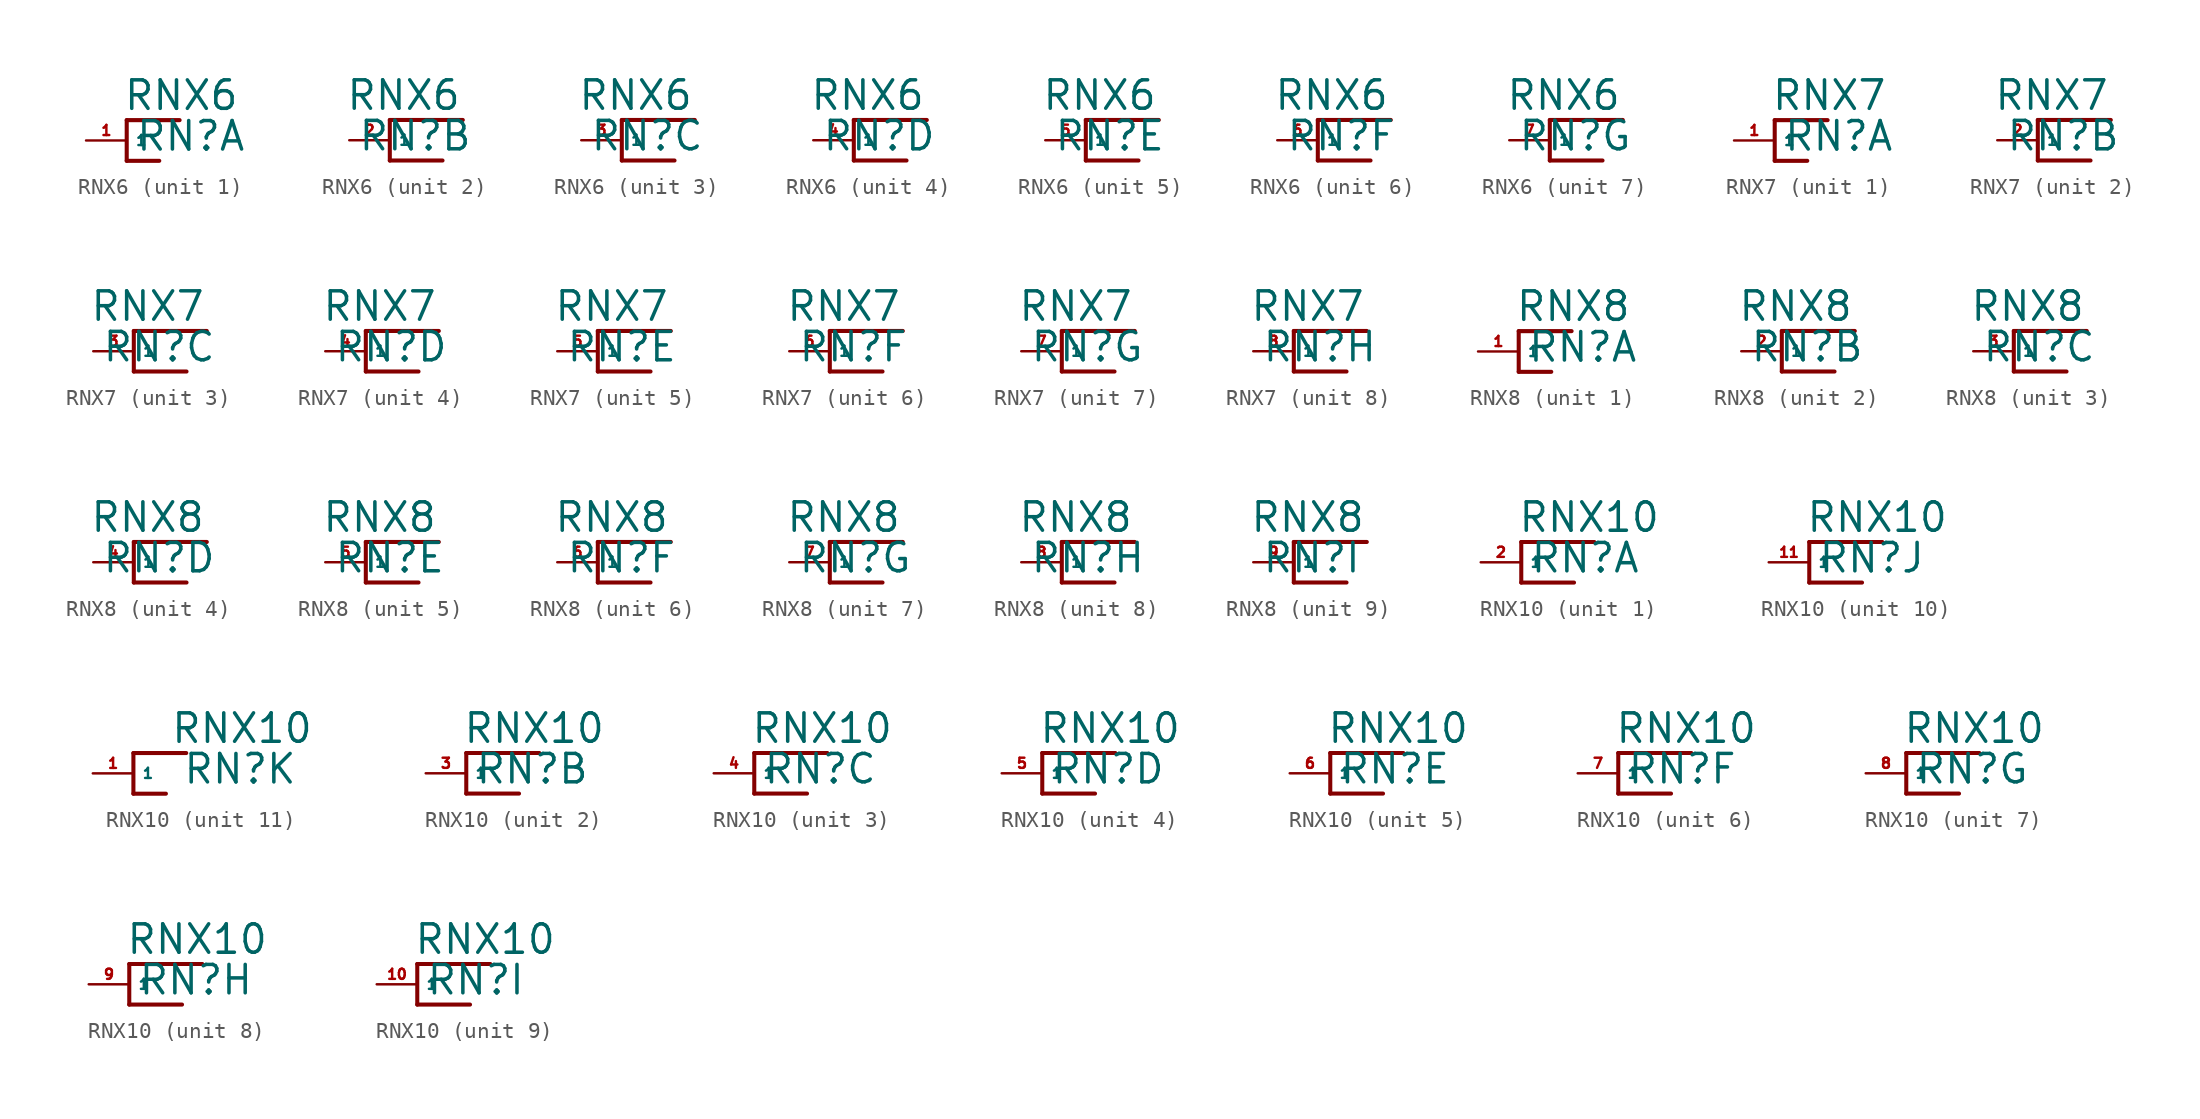
<source format=kicad_sym>
(kicad_symbol_lib
  (version 20220914)
  (generator Eagle2Kicad)
  (symbol "RNX6"
    (property "Reference" "RN"
      (at -2.032 -0.762 0)
      (effects (font (size 1.778 1.778) (thickness 0.22)) (justify left bottom)))
    (property "Value" "RNX6"
      (at -2.794 1.778 0)
      (effects (font (size 1.778 1.778) (thickness 0.22)) (justify left bottom)))
    (symbol "RNX6_1_0"
      (polyline (pts (xy -2.54 1.27) (xy -2.54 -1.27)) (stroke (width 0.254) (type default)) (fill (type none)))
      (polyline (pts (xy -2.54 -1.27) (xy -0.508 -1.27)) (stroke (width 0.254) (type default)) (fill (type none)))
      (polyline (pts (xy 0.762 1.27) (xy -2.54 1.27)) (stroke (width 0.254) (type default)) (fill (type none)))
      (pin passive line (at -5.08 0 0) (length 2.54) (name "1" (effects (font (size 0.635 0.635) (thickness 0.08)) (justify left bottom))) (number "1" (effects (font (size 0.635 0.635) (thickness 0.08)) (justify left bottom)))))
    (symbol "RNX6_2_0"
      (polyline (pts (xy 0 1.27) (xy 0 -1.27)) (stroke (width 0.254) (type default)) (fill (type none)))
      (polyline (pts (xy 0 -1.27) (xy 3.302 -1.27)) (stroke (width 0.254) (type default)) (fill (type none)))
      (polyline (pts (xy 4.572 1.27) (xy 0 1.27)) (stroke (width 0.254) (type default)) (fill (type none)))
      (pin passive line (at -2.54 0 0) (length 2.54) (name "1" (effects (font (size 0.635 0.635) (thickness 0.08)) (justify left bottom))) (number "2" (effects (font (size 0.635 0.635) (thickness 0.08)) (justify left bottom)))))
    (symbol "RNX6_3_0"
      (polyline (pts (xy 0 1.27) (xy 0 -1.27)) (stroke (width 0.254) (type default)) (fill (type none)))
      (polyline (pts (xy 0 -1.27) (xy 3.302 -1.27)) (stroke (width 0.254) (type default)) (fill (type none)))
      (polyline (pts (xy 4.572 1.27) (xy 0 1.27)) (stroke (width 0.254) (type default)) (fill (type none)))
      (pin passive line (at -2.54 0 0) (length 2.54) (name "1" (effects (font (size 0.635 0.635) (thickness 0.08)) (justify left bottom))) (number "3" (effects (font (size 0.635 0.635) (thickness 0.08)) (justify left bottom)))))
    (symbol "RNX6_4_0"
      (polyline (pts (xy 0 1.27) (xy 0 -1.27)) (stroke (width 0.254) (type default)) (fill (type none)))
      (polyline (pts (xy 0 -1.27) (xy 3.302 -1.27)) (stroke (width 0.254) (type default)) (fill (type none)))
      (polyline (pts (xy 4.572 1.27) (xy 0 1.27)) (stroke (width 0.254) (type default)) (fill (type none)))
      (pin passive line (at -2.54 0 0) (length 2.54) (name "1" (effects (font (size 0.635 0.635) (thickness 0.08)) (justify left bottom))) (number "4" (effects (font (size 0.635 0.635) (thickness 0.08)) (justify left bottom)))))
    (symbol "RNX6_5_0"
      (polyline (pts (xy 0 1.27) (xy 0 -1.27)) (stroke (width 0.254) (type default)) (fill (type none)))
      (polyline (pts (xy 0 -1.27) (xy 3.302 -1.27)) (stroke (width 0.254) (type default)) (fill (type none)))
      (polyline (pts (xy 4.572 1.27) (xy 0 1.27)) (stroke (width 0.254) (type default)) (fill (type none)))
      (pin passive line (at -2.54 0 0) (length 2.54) (name "1" (effects (font (size 0.635 0.635) (thickness 0.08)) (justify left bottom))) (number "5" (effects (font (size 0.635 0.635) (thickness 0.08)) (justify left bottom)))))
    (symbol "RNX6_6_0"
      (polyline (pts (xy 0 1.27) (xy 0 -1.27)) (stroke (width 0.254) (type default)) (fill (type none)))
      (polyline (pts (xy 0 -1.27) (xy 3.302 -1.27)) (stroke (width 0.254) (type default)) (fill (type none)))
      (polyline (pts (xy 4.572 1.27) (xy 0 1.27)) (stroke (width 0.254) (type default)) (fill (type none)))
      (pin passive line (at -2.54 0 0) (length 2.54) (name "1" (effects (font (size 0.635 0.635) (thickness 0.08)) (justify left bottom))) (number "6" (effects (font (size 0.635 0.635) (thickness 0.08)) (justify left bottom)))))
    (symbol "RNX6_7_0"
      (polyline (pts (xy 0 1.27) (xy 0 -1.27)) (stroke (width 0.254) (type default)) (fill (type none)))
      (polyline (pts (xy 0 -1.27) (xy 3.302 -1.27)) (stroke (width 0.254) (type default)) (fill (type none)))
      (polyline (pts (xy 4.572 1.27) (xy 0 1.27)) (stroke (width 0.254) (type default)) (fill (type none)))
      (pin passive line (at -2.54 0 0) (length 2.54) (name "1" (effects (font (size 0.635 0.635) (thickness 0.08)) (justify left bottom))) (number "7" (effects (font (size 0.635 0.635) (thickness 0.08)) (justify left bottom))))))
  (symbol "RNX7"
    (property "Reference" "RN"
      (at -2.032 -0.762 0)
      (effects (font (size 1.778 1.778) (thickness 0.22)) (justify left bottom)))
    (property "Value" "RNX7"
      (at -2.794 1.778 0)
      (effects (font (size 1.778 1.778) (thickness 0.22)) (justify left bottom)))
    (symbol "RNX7_1_0"
      (polyline (pts (xy -2.54 1.27) (xy -2.54 -1.27)) (stroke (width 0.254) (type default)) (fill (type none)))
      (polyline (pts (xy -2.54 -1.27) (xy -0.508 -1.27)) (stroke (width 0.254) (type default)) (fill (type none)))
      (polyline (pts (xy 0.762 1.27) (xy -2.54 1.27)) (stroke (width 0.254) (type default)) (fill (type none)))
      (pin passive line (at -5.08 0 0) (length 2.54) (name "1" (effects (font (size 0.635 0.635) (thickness 0.08)) (justify left bottom))) (number "1" (effects (font (size 0.635 0.635) (thickness 0.08)) (justify left bottom)))))
    (symbol "RNX7_2_0"
      (polyline (pts (xy 0 1.27) (xy 0 -1.27)) (stroke (width 0.254) (type default)) (fill (type none)))
      (polyline (pts (xy 0 -1.27) (xy 3.302 -1.27)) (stroke (width 0.254) (type default)) (fill (type none)))
      (polyline (pts (xy 4.572 1.27) (xy 0 1.27)) (stroke (width 0.254) (type default)) (fill (type none)))
      (pin passive line (at -2.54 0 0) (length 2.54) (name "1" (effects (font (size 0.635 0.635) (thickness 0.08)) (justify left bottom))) (number "2" (effects (font (size 0.635 0.635) (thickness 0.08)) (justify left bottom)))))
    (symbol "RNX7_3_0"
      (polyline (pts (xy 0 1.27) (xy 0 -1.27)) (stroke (width 0.254) (type default)) (fill (type none)))
      (polyline (pts (xy 0 -1.27) (xy 3.302 -1.27)) (stroke (width 0.254) (type default)) (fill (type none)))
      (polyline (pts (xy 4.572 1.27) (xy 0 1.27)) (stroke (width 0.254) (type default)) (fill (type none)))
      (pin passive line (at -2.54 0 0) (length 2.54) (name "1" (effects (font (size 0.635 0.635) (thickness 0.08)) (justify left bottom))) (number "3" (effects (font (size 0.635 0.635) (thickness 0.08)) (justify left bottom)))))
    (symbol "RNX7_4_0"
      (polyline (pts (xy 0 1.27) (xy 0 -1.27)) (stroke (width 0.254) (type default)) (fill (type none)))
      (polyline (pts (xy 0 -1.27) (xy 3.302 -1.27)) (stroke (width 0.254) (type default)) (fill (type none)))
      (polyline (pts (xy 4.572 1.27) (xy 0 1.27)) (stroke (width 0.254) (type default)) (fill (type none)))
      (pin passive line (at -2.54 0 0) (length 2.54) (name "1" (effects (font (size 0.635 0.635) (thickness 0.08)) (justify left bottom))) (number "4" (effects (font (size 0.635 0.635) (thickness 0.08)) (justify left bottom)))))
    (symbol "RNX7_5_0"
      (polyline (pts (xy 0 1.27) (xy 0 -1.27)) (stroke (width 0.254) (type default)) (fill (type none)))
      (polyline (pts (xy 0 -1.27) (xy 3.302 -1.27)) (stroke (width 0.254) (type default)) (fill (type none)))
      (polyline (pts (xy 4.572 1.27) (xy 0 1.27)) (stroke (width 0.254) (type default)) (fill (type none)))
      (pin passive line (at -2.54 0 0) (length 2.54) (name "1" (effects (font (size 0.635 0.635) (thickness 0.08)) (justify left bottom))) (number "5" (effects (font (size 0.635 0.635) (thickness 0.08)) (justify left bottom)))))
    (symbol "RNX7_6_0"
      (polyline (pts (xy 0 1.27) (xy 0 -1.27)) (stroke (width 0.254) (type default)) (fill (type none)))
      (polyline (pts (xy 0 -1.27) (xy 3.302 -1.27)) (stroke (width 0.254) (type default)) (fill (type none)))
      (polyline (pts (xy 4.572 1.27) (xy 0 1.27)) (stroke (width 0.254) (type default)) (fill (type none)))
      (pin passive line (at -2.54 0 0) (length 2.54) (name "1" (effects (font (size 0.635 0.635) (thickness 0.08)) (justify left bottom))) (number "6" (effects (font (size 0.635 0.635) (thickness 0.08)) (justify left bottom)))))
    (symbol "RNX7_7_0"
      (polyline (pts (xy 0 1.27) (xy 0 -1.27)) (stroke (width 0.254) (type default)) (fill (type none)))
      (polyline (pts (xy 0 -1.27) (xy 3.302 -1.27)) (stroke (width 0.254) (type default)) (fill (type none)))
      (polyline (pts (xy 4.572 1.27) (xy 0 1.27)) (stroke (width 0.254) (type default)) (fill (type none)))
      (pin passive line (at -2.54 0 0) (length 2.54) (name "1" (effects (font (size 0.635 0.635) (thickness 0.08)) (justify left bottom))) (number "7" (effects (font (size 0.635 0.635) (thickness 0.08)) (justify left bottom)))))
    (symbol "RNX7_8_0"
      (polyline (pts (xy 0 1.27) (xy 0 -1.27)) (stroke (width 0.254) (type default)) (fill (type none)))
      (polyline (pts (xy 0 -1.27) (xy 3.302 -1.27)) (stroke (width 0.254) (type default)) (fill (type none)))
      (polyline (pts (xy 4.572 1.27) (xy 0 1.27)) (stroke (width 0.254) (type default)) (fill (type none)))
      (pin passive line (at -2.54 0 0) (length 2.54) (name "1" (effects (font (size 0.635 0.635) (thickness 0.08)) (justify left bottom))) (number "8" (effects (font (size 0.635 0.635) (thickness 0.08)) (justify left bottom))))))
  (symbol "RNX8"
    (property "Reference" "RN"
      (at -2.032 -0.762 0)
      (effects (font (size 1.778 1.778) (thickness 0.22)) (justify left bottom)))
    (property "Value" "RNX8"
      (at -2.794 1.778 0)
      (effects (font (size 1.778 1.778) (thickness 0.22)) (justify left bottom)))
    (symbol "RNX8_1_0"
      (polyline (pts (xy -2.54 1.27) (xy -2.54 -1.27)) (stroke (width 0.254) (type default)) (fill (type none)))
      (polyline (pts (xy -2.54 -1.27) (xy -0.508 -1.27)) (stroke (width 0.254) (type default)) (fill (type none)))
      (polyline (pts (xy 0.762 1.27) (xy -2.54 1.27)) (stroke (width 0.254) (type default)) (fill (type none)))
      (pin passive line (at -5.08 0 0) (length 2.54) (name "1" (effects (font (size 0.635 0.635) (thickness 0.08)) (justify left bottom))) (number "1" (effects (font (size 0.635 0.635) (thickness 0.08)) (justify left bottom)))))
    (symbol "RNX8_2_0"
      (polyline (pts (xy 0 1.27) (xy 0 -1.27)) (stroke (width 0.254) (type default)) (fill (type none)))
      (polyline (pts (xy 0 -1.27) (xy 3.302 -1.27)) (stroke (width 0.254) (type default)) (fill (type none)))
      (polyline (pts (xy 4.572 1.27) (xy 0 1.27)) (stroke (width 0.254) (type default)) (fill (type none)))
      (pin passive line (at -2.54 0 0) (length 2.54) (name "1" (effects (font (size 0.635 0.635) (thickness 0.08)) (justify left bottom))) (number "2" (effects (font (size 0.635 0.635) (thickness 0.08)) (justify left bottom)))))
    (symbol "RNX8_3_0"
      (polyline (pts (xy 0 1.27) (xy 0 -1.27)) (stroke (width 0.254) (type default)) (fill (type none)))
      (polyline (pts (xy 0 -1.27) (xy 3.302 -1.27)) (stroke (width 0.254) (type default)) (fill (type none)))
      (polyline (pts (xy 4.572 1.27) (xy 0 1.27)) (stroke (width 0.254) (type default)) (fill (type none)))
      (pin passive line (at -2.54 0 0) (length 2.54) (name "1" (effects (font (size 0.635 0.635) (thickness 0.08)) (justify left bottom))) (number "3" (effects (font (size 0.635 0.635) (thickness 0.08)) (justify left bottom)))))
    (symbol "RNX8_4_0"
      (polyline (pts (xy 0 1.27) (xy 0 -1.27)) (stroke (width 0.254) (type default)) (fill (type none)))
      (polyline (pts (xy 0 -1.27) (xy 3.302 -1.27)) (stroke (width 0.254) (type default)) (fill (type none)))
      (polyline (pts (xy 4.572 1.27) (xy 0 1.27)) (stroke (width 0.254) (type default)) (fill (type none)))
      (pin passive line (at -2.54 0 0) (length 2.54) (name "1" (effects (font (size 0.635 0.635) (thickness 0.08)) (justify left bottom))) (number "4" (effects (font (size 0.635 0.635) (thickness 0.08)) (justify left bottom)))))
    (symbol "RNX8_5_0"
      (polyline (pts (xy 0 1.27) (xy 0 -1.27)) (stroke (width 0.254) (type default)) (fill (type none)))
      (polyline (pts (xy 0 -1.27) (xy 3.302 -1.27)) (stroke (width 0.254) (type default)) (fill (type none)))
      (polyline (pts (xy 4.572 1.27) (xy 0 1.27)) (stroke (width 0.254) (type default)) (fill (type none)))
      (pin passive line (at -2.54 0 0) (length 2.54) (name "1" (effects (font (size 0.635 0.635) (thickness 0.08)) (justify left bottom))) (number "5" (effects (font (size 0.635 0.635) (thickness 0.08)) (justify left bottom)))))
    (symbol "RNX8_6_0"
      (polyline (pts (xy 0 1.27) (xy 0 -1.27)) (stroke (width 0.254) (type default)) (fill (type none)))
      (polyline (pts (xy 0 -1.27) (xy 3.302 -1.27)) (stroke (width 0.254) (type default)) (fill (type none)))
      (polyline (pts (xy 4.572 1.27) (xy 0 1.27)) (stroke (width 0.254) (type default)) (fill (type none)))
      (pin passive line (at -2.54 0 0) (length 2.54) (name "1" (effects (font (size 0.635 0.635) (thickness 0.08)) (justify left bottom))) (number "6" (effects (font (size 0.635 0.635) (thickness 0.08)) (justify left bottom)))))
    (symbol "RNX8_7_0"
      (polyline (pts (xy 0 1.27) (xy 0 -1.27)) (stroke (width 0.254) (type default)) (fill (type none)))
      (polyline (pts (xy 0 -1.27) (xy 3.302 -1.27)) (stroke (width 0.254) (type default)) (fill (type none)))
      (polyline (pts (xy 4.572 1.27) (xy 0 1.27)) (stroke (width 0.254) (type default)) (fill (type none)))
      (pin passive line (at -2.54 0 0) (length 2.54) (name "1" (effects (font (size 0.635 0.635) (thickness 0.08)) (justify left bottom))) (number "7" (effects (font (size 0.635 0.635) (thickness 0.08)) (justify left bottom)))))
    (symbol "RNX8_8_0"
      (polyline (pts (xy 0 1.27) (xy 0 -1.27)) (stroke (width 0.254) (type default)) (fill (type none)))
      (polyline (pts (xy 0 -1.27) (xy 3.302 -1.27)) (stroke (width 0.254) (type default)) (fill (type none)))
      (polyline (pts (xy 4.572 1.27) (xy 0 1.27)) (stroke (width 0.254) (type default)) (fill (type none)))
      (pin passive line (at -2.54 0 0) (length 2.54) (name "1" (effects (font (size 0.635 0.635) (thickness 0.08)) (justify left bottom))) (number "8" (effects (font (size 0.635 0.635) (thickness 0.08)) (justify left bottom)))))
    (symbol "RNX8_9_0"
      (polyline (pts (xy 0 1.27) (xy 0 -1.27)) (stroke (width 0.254) (type default)) (fill (type none)))
      (polyline (pts (xy 0 -1.27) (xy 3.302 -1.27)) (stroke (width 0.254) (type default)) (fill (type none)))
      (polyline (pts (xy 4.572 1.27) (xy 0 1.27)) (stroke (width 0.254) (type default)) (fill (type none)))
      (pin passive line (at -2.54 0 0) (length 2.54) (name "1" (effects (font (size 0.635 0.635) (thickness 0.08)) (justify left bottom))) (number "9" (effects (font (size 0.635 0.635) (thickness 0.08)) (justify left bottom))))))
  (symbol "RNX10"
    (property "Reference" "RN"
      (at 0.508 -0.762 0)
      (effects (font (size 1.778 1.778) (thickness 0.22)) (justify left bottom)))
    (property "Value" "RNX10"
      (at -0.254 1.778 0)
      (effects (font (size 1.778 1.778) (thickness 0.22)) (justify left bottom)))
    (symbol "RNX10_1_0"
      (polyline (pts (xy 0 1.27) (xy 0 -1.27)) (stroke (width 0.254) (type default)) (fill (type none)))
      (polyline (pts (xy 0 -1.27) (xy 3.302 -1.27)) (stroke (width 0.254) (type default)) (fill (type none)))
      (polyline (pts (xy 4.572 1.27) (xy 0 1.27)) (stroke (width 0.254) (type default)) (fill (type none)))
      (pin passive line (at -2.54 0 0) (length 2.54) (name "1" (effects (font (size 0.635 0.635) (thickness 0.08)) (justify left bottom))) (number "2" (effects (font (size 0.635 0.635) (thickness 0.08)) (justify left bottom)))))
    (symbol "RNX10_2_0"
      (polyline (pts (xy 0 1.27) (xy 0 -1.27)) (stroke (width 0.254) (type default)) (fill (type none)))
      (polyline (pts (xy 0 -1.27) (xy 3.302 -1.27)) (stroke (width 0.254) (type default)) (fill (type none)))
      (polyline (pts (xy 4.572 1.27) (xy 0 1.27)) (stroke (width 0.254) (type default)) (fill (type none)))
      (pin passive line (at -2.54 0 0) (length 2.54) (name "1" (effects (font (size 0.635 0.635) (thickness 0.08)) (justify left bottom))) (number "3" (effects (font (size 0.635 0.635) (thickness 0.08)) (justify left bottom)))))
    (symbol "RNX10_3_0"
      (polyline (pts (xy 0 1.27) (xy 0 -1.27)) (stroke (width 0.254) (type default)) (fill (type none)))
      (polyline (pts (xy 0 -1.27) (xy 3.302 -1.27)) (stroke (width 0.254) (type default)) (fill (type none)))
      (polyline (pts (xy 4.572 1.27) (xy 0 1.27)) (stroke (width 0.254) (type default)) (fill (type none)))
      (pin passive line (at -2.54 0 0) (length 2.54) (name "1" (effects (font (size 0.635 0.635) (thickness 0.08)) (justify left bottom))) (number "4" (effects (font (size 0.635 0.635) (thickness 0.08)) (justify left bottom)))))
    (symbol "RNX10_4_0"
      (polyline (pts (xy 0 1.27) (xy 0 -1.27)) (stroke (width 0.254) (type default)) (fill (type none)))
      (polyline (pts (xy 0 -1.27) (xy 3.302 -1.27)) (stroke (width 0.254) (type default)) (fill (type none)))
      (polyline (pts (xy 4.572 1.27) (xy 0 1.27)) (stroke (width 0.254) (type default)) (fill (type none)))
      (pin passive line (at -2.54 0 0) (length 2.54) (name "1" (effects (font (size 0.635 0.635) (thickness 0.08)) (justify left bottom))) (number "5" (effects (font (size 0.635 0.635) (thickness 0.08)) (justify left bottom)))))
    (symbol "RNX10_5_0"
      (polyline (pts (xy 0 1.27) (xy 0 -1.27)) (stroke (width 0.254) (type default)) (fill (type none)))
      (polyline (pts (xy 0 -1.27) (xy 3.302 -1.27)) (stroke (width 0.254) (type default)) (fill (type none)))
      (polyline (pts (xy 4.572 1.27) (xy 0 1.27)) (stroke (width 0.254) (type default)) (fill (type none)))
      (pin passive line (at -2.54 0 0) (length 2.54) (name "1" (effects (font (size 0.635 0.635) (thickness 0.08)) (justify left bottom))) (number "6" (effects (font (size 0.635 0.635) (thickness 0.08)) (justify left bottom)))))
    (symbol "RNX10_6_0"
      (polyline (pts (xy 0 1.27) (xy 0 -1.27)) (stroke (width 0.254) (type default)) (fill (type none)))
      (polyline (pts (xy 0 -1.27) (xy 3.302 -1.27)) (stroke (width 0.254) (type default)) (fill (type none)))
      (polyline (pts (xy 4.572 1.27) (xy 0 1.27)) (stroke (width 0.254) (type default)) (fill (type none)))
      (pin passive line (at -2.54 0 0) (length 2.54) (name "1" (effects (font (size 0.635 0.635) (thickness 0.08)) (justify left bottom))) (number "7" (effects (font (size 0.635 0.635) (thickness 0.08)) (justify left bottom)))))
    (symbol "RNX10_7_0"
      (polyline (pts (xy 0 1.27) (xy 0 -1.27)) (stroke (width 0.254) (type default)) (fill (type none)))
      (polyline (pts (xy 0 -1.27) (xy 3.302 -1.27)) (stroke (width 0.254) (type default)) (fill (type none)))
      (polyline (pts (xy 4.572 1.27) (xy 0 1.27)) (stroke (width 0.254) (type default)) (fill (type none)))
      (pin passive line (at -2.54 0 0) (length 2.54) (name "1" (effects (font (size 0.635 0.635) (thickness 0.08)) (justify left bottom))) (number "8" (effects (font (size 0.635 0.635) (thickness 0.08)) (justify left bottom)))))
    (symbol "RNX10_8_0"
      (polyline (pts (xy 0 1.27) (xy 0 -1.27)) (stroke (width 0.254) (type default)) (fill (type none)))
      (polyline (pts (xy 0 -1.27) (xy 3.302 -1.27)) (stroke (width 0.254) (type default)) (fill (type none)))
      (polyline (pts (xy 4.572 1.27) (xy 0 1.27)) (stroke (width 0.254) (type default)) (fill (type none)))
      (pin passive line (at -2.54 0 0) (length 2.54) (name "1" (effects (font (size 0.635 0.635) (thickness 0.08)) (justify left bottom))) (number "9" (effects (font (size 0.635 0.635) (thickness 0.08)) (justify left bottom)))))
    (symbol "RNX10_9_0"
      (polyline (pts (xy 0 1.27) (xy 0 -1.27)) (stroke (width 0.254) (type default)) (fill (type none)))
      (polyline (pts (xy 0 -1.27) (xy 3.302 -1.27)) (stroke (width 0.254) (type default)) (fill (type none)))
      (polyline (pts (xy 4.572 1.27) (xy 0 1.27)) (stroke (width 0.254) (type default)) (fill (type none)))
      (pin passive line (at -2.54 0 0) (length 2.54) (name "1" (effects (font (size 0.635 0.635) (thickness 0.08)) (justify left bottom))) (number "10" (effects (font (size 0.635 0.635) (thickness 0.08)) (justify left bottom)))))
    (symbol "RNX10_10_0"
      (polyline (pts (xy 0 1.27) (xy 0 -1.27)) (stroke (width 0.254) (type default)) (fill (type none)))
      (polyline (pts (xy 0 -1.27) (xy 3.302 -1.27)) (stroke (width 0.254) (type default)) (fill (type none)))
      (polyline (pts (xy 4.572 1.27) (xy 0 1.27)) (stroke (width 0.254) (type default)) (fill (type none)))
      (pin passive line (at -2.54 0 0) (length 2.54) (name "1" (effects (font (size 0.635 0.635) (thickness 0.08)) (justify left bottom))) (number "11" (effects (font (size 0.635 0.635) (thickness 0.08)) (justify left bottom)))))
    (symbol "RNX10_11_0"
      (polyline (pts (xy -2.54 1.27) (xy -2.54 -1.27)) (stroke (width 0.254) (type default)) (fill (type none)))
      (polyline (pts (xy -2.54 -1.27) (xy -0.508 -1.27)) (stroke (width 0.254) (type default)) (fill (type none)))
      (polyline (pts (xy 0.762 1.27) (xy -2.54 1.27)) (stroke (width 0.254) (type default)) (fill (type none)))
      (pin passive line (at -5.08 0 0) (length 2.54) (name "1" (effects (font (size 0.635 0.635) (thickness 0.08)) (justify left bottom))) (number "1" (effects (font (size 0.635 0.635) (thickness 0.08)) (justify left bottom)))))))
</source>
